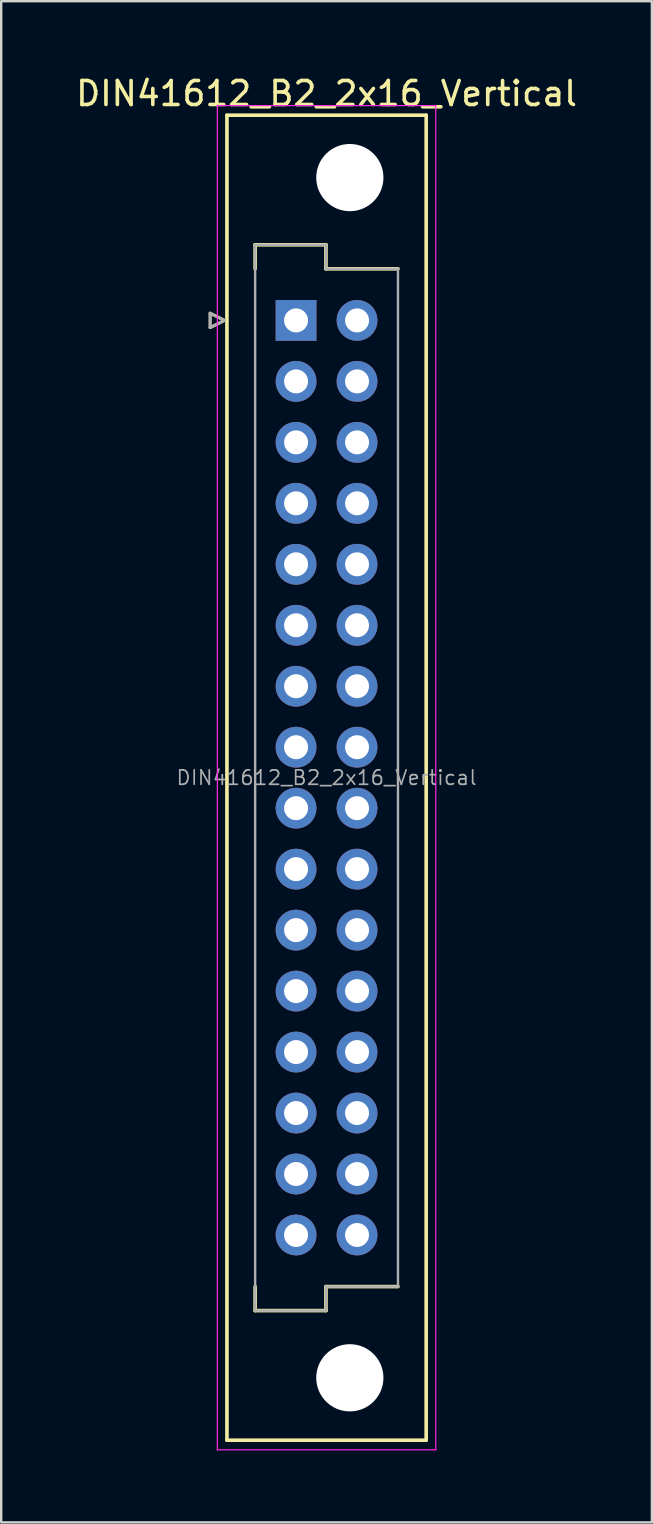
<source format=kicad_pcb>
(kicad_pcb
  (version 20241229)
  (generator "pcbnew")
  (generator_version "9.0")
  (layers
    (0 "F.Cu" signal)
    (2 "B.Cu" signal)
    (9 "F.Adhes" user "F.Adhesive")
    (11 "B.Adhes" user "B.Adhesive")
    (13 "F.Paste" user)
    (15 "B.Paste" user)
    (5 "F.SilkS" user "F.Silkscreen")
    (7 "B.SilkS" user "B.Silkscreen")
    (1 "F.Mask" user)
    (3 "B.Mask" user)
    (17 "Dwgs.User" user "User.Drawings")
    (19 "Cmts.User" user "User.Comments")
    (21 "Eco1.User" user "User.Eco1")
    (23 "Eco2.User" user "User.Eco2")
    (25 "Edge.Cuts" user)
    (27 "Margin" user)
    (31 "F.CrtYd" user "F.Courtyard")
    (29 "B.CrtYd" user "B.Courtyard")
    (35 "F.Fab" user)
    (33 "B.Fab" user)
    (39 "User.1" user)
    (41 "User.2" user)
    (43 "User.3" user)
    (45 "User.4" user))
  (footprint "DIN41612_B2_2x16_Vertical"
    (layer "F.Cu")
    (at 9.284 10.298)
    (property "Reference" "DIN41612_B2_2x16_Vertical" (at 1.27 -9.45 0) (layer "F.SilkS") (effects (font (size 1 1) (thickness 0.15))))
    (attr through_hole)
    (fp_line (start -3.58 -0.3) (end -3.58 0.3) (stroke (width 0.12) (type solid)) (layer "F.SilkS"))
    (fp_line (start -3.58 0.3) (end -2.98 0) (stroke (width 0.12) (type solid)) (layer "F.SilkS"))
    (fp_line (start -2.98 0) (end -3.58 -0.3) (stroke (width 0.12) (type solid)) (layer "F.SilkS"))
    (fp_line (start -2.88 -8.55) (end -2.88 46.65) (stroke (width 0.15) (type solid)) (layer "F.SilkS"))
    (fp_line (start -2.88 46.65) (end 5.42 46.65) (stroke (width 0.15) (type solid)) (layer "F.SilkS"))
    (fp_line (start -1.705 -3.15) (end 1.245 -3.15) (stroke (width 0.15) (type solid)) (layer "F.SilkS"))
    (fp_line (start -1.705 -2.15) (end -1.705 -3.15) (stroke (width 0.15) (type solid)) (layer "F.SilkS"))
    (fp_line (start -1.705 41.25) (end -1.705 40.25) (stroke (width 0.15) (type solid)) (layer "F.SilkS"))
    (fp_line (start 1.245 -3.15) (end 1.245 -2.15) (stroke (width 0.15) (type solid)) (layer "F.SilkS"))
    (fp_line (start 1.245 -2.15) (end 4.245 -2.15) (stroke (width 0.15) (type solid)) (layer "F.SilkS"))
    (fp_line (start 1.245 40.25) (end 1.245 41.25) (stroke (width 0.15) (type solid)) (layer "F.SilkS"))
    (fp_line (start 1.245 41.25) (end -1.705 41.25) (stroke (width 0.15) (type solid)) (layer "F.SilkS"))
    (fp_line (start 4.245 40.25) (end 1.245 40.25) (stroke (width 0.15) (type solid)) (layer "F.SilkS"))
    (fp_line (start 5.42 -8.55) (end -2.88 -8.55) (stroke (width 0.15) (type solid)) (layer "F.SilkS"))
    (fp_line (start 5.42 46.65) (end 5.42 -8.55) (stroke (width 0.15) (type solid)) (layer "F.SilkS"))
    (fp_line (start -3.28 -8.95) (end -3.28 47.05) (stroke (width 0.05) (type solid)) (layer "F.CrtYd"))
    (fp_line (start -3.28 47.05) (end 5.82 47.05) (stroke (width 0.05) (type solid)) (layer "F.CrtYd"))
    (fp_line (start 5.82 -8.95) (end -3.28 -8.95) (stroke (width 0.05) (type solid)) (layer "F.CrtYd"))
    (fp_line (start 5.82 47.05) (end 5.82 -8.95) (stroke (width 0.05) (type solid)) (layer "F.CrtYd"))
    (fp_line (start -3.58 -0.3) (end -3.58 0.3) (stroke (width 0.12) (type solid)) (layer "F.Fab"))
    (fp_line (start -3.58 0.3) (end -2.98 0) (stroke (width 0.12) (type solid)) (layer "F.Fab"))
    (fp_line (start -2.98 0) (end -3.58 -0.3) (stroke (width 0.12) (type solid)) (layer "F.Fab"))
    (fp_line (start -1.705 -3.15) (end 1.245 -3.15) (stroke (width 0.1) (type solid)) (layer "F.Fab"))
    (fp_line (start -1.705 -2.15) (end -1.705 -3.15) (stroke (width 0.1) (type solid)) (layer "F.Fab"))
    (fp_line (start -1.705 40.25) (end -1.705 -2.15) (stroke (width 0.1) (type solid)) (layer "F.Fab"))
    (fp_line (start -1.705 41.25) (end -1.705 40.25) (stroke (width 0.1) (type solid)) (layer "F.Fab"))
    (fp_line (start 1.245 -3.15) (end 1.245 -2.15) (stroke (width 0.1) (type solid)) (layer "F.Fab"))
    (fp_line (start 1.245 -2.15) (end 4.245 -2.15) (stroke (width 0.1) (type solid)) (layer "F.Fab"))
    (fp_line (start 1.245 40.25) (end 1.245 41.25) (stroke (width 0.1) (type solid)) (layer "F.Fab"))
    (fp_line (start 1.245 41.25) (end -1.705 41.25) (stroke (width 0.1) (type solid)) (layer "F.Fab"))
    (fp_line (start 4.245 -2.15) (end 4.245 40.25) (stroke (width 0.1) (type solid)) (layer "F.Fab"))
    (fp_line (start 4.245 40.25) (end 1.245 40.25) (stroke (width 0.1) (type solid)) (layer "F.Fab"))
    (fp_text user "${REFERENCE}" (at 1.27 19.05 0) (layer "F.Fab") (effects (font (size 0.6 0.6) (thickness 0.07))))
    (pad "" np_thru_hole circle (at 2.24 -5.95) (size 2.8 2.8) (drill 2.8) (layers "*.Cu" "*.Mask"))
    (pad "" np_thru_hole circle (at 2.24 44.05) (size 2.8 2.8) (drill 2.8) (layers "*.Cu" "*.Mask"))
    (pad "a1" thru_hole rect (at 0 0) (size 1.7 1.7) (drill 1) (layers "*.Cu" "*.Mask"))
    (pad "a2" thru_hole circle (at 0 2.54) (size 1.7 1.7) (drill 1) (layers "*.Cu" "*.Mask"))
    (pad "a3" thru_hole circle (at 0 5.08) (size 1.7 1.7) (drill 1) (layers "*.Cu" "*.Mask"))
    (pad "a4" thru_hole circle (at 0 7.62) (size 1.7 1.7) (drill 1) (layers "*.Cu" "*.Mask"))
    (pad "a5" thru_hole circle (at 0 10.16) (size 1.7 1.7) (drill 1) (layers "*.Cu" "*.Mask"))
    (pad "a6" thru_hole circle (at 0 12.7) (size 1.7 1.7) (drill 1) (layers "*.Cu" "*.Mask"))
    (pad "a7" thru_hole circle (at 0 15.24) (size 1.7 1.7) (drill 1) (layers "*.Cu" "*.Mask"))
    (pad "a8" thru_hole circle (at 0 17.78) (size 1.7 1.7) (drill 1) (layers "*.Cu" "*.Mask"))
    (pad "a9" thru_hole circle (at 0 20.32) (size 1.7 1.7) (drill 1) (layers "*.Cu" "*.Mask"))
    (pad "a10" thru_hole circle (at 0 22.86) (size 1.7 1.7) (drill 1) (layers "*.Cu" "*.Mask"))
    (pad "a11" thru_hole circle (at 0 25.4) (size 1.7 1.7) (drill 1) (layers "*.Cu" "*.Mask"))
    (pad "a12" thru_hole circle (at 0 27.94) (size 1.7 1.7) (drill 1) (layers "*.Cu" "*.Mask"))
    (pad "a13" thru_hole circle (at 0 30.48) (size 1.7 1.7) (drill 1) (layers "*.Cu" "*.Mask"))
    (pad "a14" thru_hole circle (at 0 33.02) (size 1.7 1.7) (drill 1) (layers "*.Cu" "*.Mask"))
    (pad "a15" thru_hole circle (at 0 35.56) (size 1.7 1.7) (drill 1) (layers "*.Cu" "*.Mask"))
    (pad "a16" thru_hole circle (at 0 38.1) (size 1.7 1.7) (drill 1) (layers "*.Cu" "*.Mask"))
    (pad "b1" thru_hole circle (at 2.54 0) (size 1.7 1.7) (drill 1) (layers "*.Cu" "*.Mask"))
    (pad "b2" thru_hole circle (at 2.54 2.54) (size 1.7 1.7) (drill 1) (layers "*.Cu" "*.Mask"))
    (pad "b3" thru_hole circle (at 2.54 5.08) (size 1.7 1.7) (drill 1) (layers "*.Cu" "*.Mask"))
    (pad "b4" thru_hole circle (at 2.54 7.62) (size 1.7 1.7) (drill 1) (layers "*.Cu" "*.Mask"))
    (pad "b5" thru_hole circle (at 2.54 10.16) (size 1.7 1.7) (drill 1) (layers "*.Cu" "*.Mask"))
    (pad "b6" thru_hole circle (at 2.54 12.7) (size 1.7 1.7) (drill 1) (layers "*.Cu" "*.Mask"))
    (pad "b7" thru_hole circle (at 2.54 15.24) (size 1.7 1.7) (drill 1) (layers "*.Cu" "*.Mask"))
    (pad "b8" thru_hole circle (at 2.54 17.78) (size 1.7 1.7) (drill 1) (layers "*.Cu" "*.Mask"))
    (pad "b9" thru_hole circle (at 2.54 20.32 270) (size 1.7 1.7) (drill 1) (layers "*.Cu" "*.Mask"))
    (pad "b10" thru_hole circle (at 2.54 22.86 90) (size 1.7 1.7) (drill 1) (layers "*.Cu" "*.Mask"))
    (pad "b11" thru_hole circle (at 2.54 25.4) (size 1.7 1.7) (drill 1) (layers "*.Cu" "*.Mask"))
    (pad "b12" thru_hole circle (at 2.54 27.94) (size 1.7 1.7) (drill 1) (layers "*.Cu" "*.Mask"))
    (pad "b13" thru_hole circle (at 2.54 30.48) (size 1.7 1.7) (drill 1) (layers "*.Cu" "*.Mask"))
    (pad "b14" thru_hole circle (at 2.54 33.02) (size 1.7 1.7) (drill 1) (layers "*.Cu" "*.Mask"))
    (pad "b15" thru_hole circle (at 2.54 35.56) (size 1.7 1.7) (drill 1) (layers "*.Cu" "*.Mask"))
    (pad "b16" thru_hole circle (at 2.54 38.1) (size 1.7 1.7) (drill 1) (layers "*.Cu" "*.Mask")))
  (gr_rect
    (start -3 -3)
    (end 24.107 60.373)
    (stroke (width 0.1) (type default))
    (fill no)
    (layer "Edge.Cuts")))
</source>
